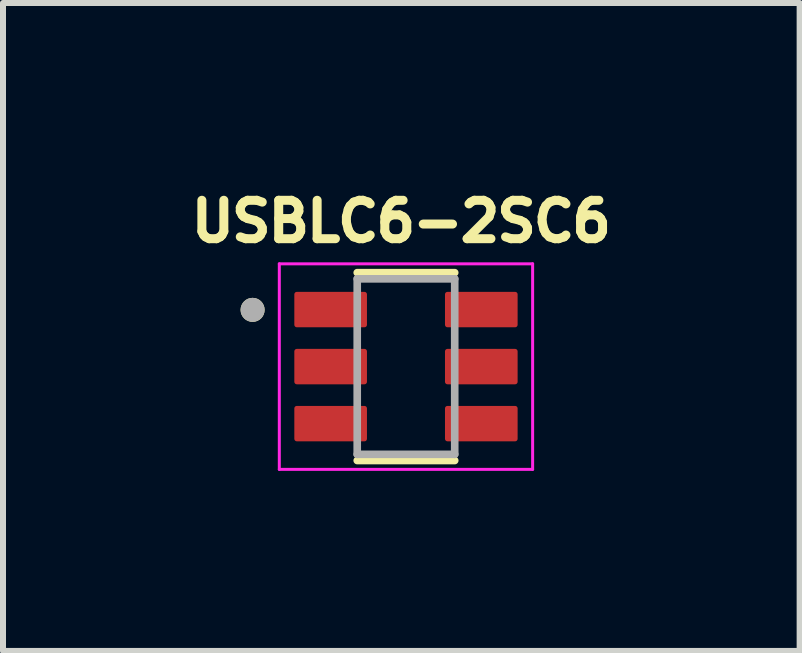
<source format=kicad_pcb>
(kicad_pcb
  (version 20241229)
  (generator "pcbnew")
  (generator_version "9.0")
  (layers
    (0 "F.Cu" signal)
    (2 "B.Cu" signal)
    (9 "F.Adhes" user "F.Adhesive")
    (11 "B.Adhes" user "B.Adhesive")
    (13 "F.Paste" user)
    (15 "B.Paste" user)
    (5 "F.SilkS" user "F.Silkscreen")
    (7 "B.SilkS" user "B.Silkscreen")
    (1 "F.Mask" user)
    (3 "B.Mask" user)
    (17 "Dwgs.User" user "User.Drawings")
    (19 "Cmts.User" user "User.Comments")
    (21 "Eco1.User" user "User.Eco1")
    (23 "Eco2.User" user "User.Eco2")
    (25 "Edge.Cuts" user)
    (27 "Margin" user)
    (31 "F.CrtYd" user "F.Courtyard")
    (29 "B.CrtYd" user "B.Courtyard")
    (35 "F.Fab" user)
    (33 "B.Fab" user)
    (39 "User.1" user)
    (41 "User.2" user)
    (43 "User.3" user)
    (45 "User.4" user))
  (footprint "USBLC6-2SC6"
    (layer "F.Cu")
    (at 3.713 3.057)
    (property "Reference" "USBLC6-2SC6" (at -0.078 -2.419 0) (layer "F.SilkS") (effects (font (size 0.64 0.64) (thickness 0.15))))
    (attr smd)
    (fp_line (start 0.812 -1.565) (end -0.812 -1.565) (stroke (width 0.127) (type solid)) (layer "F.SilkS"))
    (fp_line (start 0.812 1.565) (end -0.812 1.565) (stroke (width 0.127) (type solid)) (layer "F.SilkS"))
    (fp_circle (center -2.555 -0.945) (end -2.455 -0.945) (stroke (width 0.2) (type solid)) (fill no) (layer "F.SilkS"))
    (fp_line (start -2.11 -1.712) (end -2.11 1.712) (stroke (width 0.05) (type solid)) (layer "F.CrtYd"))
    (fp_line (start -2.11 1.712) (end 2.11 1.712) (stroke (width 0.05) (type solid)) (layer "F.CrtYd"))
    (fp_line (start 2.11 -1.712) (end -2.11 -1.712) (stroke (width 0.05) (type solid)) (layer "F.CrtYd"))
    (fp_line (start 2.11 1.712) (end 2.11 -1.712) (stroke (width 0.05) (type solid)) (layer "F.CrtYd"))
    (fp_line (start -0.812 -1.462) (end 0.812 -1.462) (stroke (width 0.127) (type solid)) (layer "F.Fab"))
    (fp_line (start -0.812 1.462) (end -0.812 -1.462) (stroke (width 0.127) (type solid)) (layer "F.Fab"))
    (fp_line (start 0.812 -1.462) (end 0.812 1.462) (stroke (width 0.127) (type solid)) (layer "F.Fab"))
    (fp_line (start 0.812 1.462) (end -0.812 1.462) (stroke (width 0.127) (type solid)) (layer "F.Fab"))
    (fp_circle (center -2.555 -0.945) (end -2.455 -0.945) (stroke (width 0.2) (type solid)) (fill no) (layer "F.Fab"))
    (pad "1" smd roundrect (at -1.255 -0.95) (size 1.21 0.59) (layers "F.Cu" "F.Mask" "F.Paste") (roundrect_rratio 0.07))
    (pad "2" smd roundrect (at -1.255 0) (size 1.21 0.59) (layers "F.Cu" "F.Mask" "F.Paste") (roundrect_rratio 0.07))
    (pad "3" smd roundrect (at -1.255 0.95) (size 1.21 0.59) (layers "F.Cu" "F.Mask" "F.Paste") (roundrect_rratio 0.07))
    (pad "4" smd roundrect (at 1.255 0.95) (size 1.21 0.59) (layers "F.Cu" "F.Mask" "F.Paste") (roundrect_rratio 0.07))
    (pad "5" smd roundrect (at 1.255 0) (size 1.21 0.59) (layers "F.Cu" "F.Mask" "F.Paste") (roundrect_rratio 0.07))
    (pad "6" smd roundrect (at 1.255 -0.95) (size 1.21 0.59) (layers "F.Cu" "F.Mask" "F.Paste") (roundrect_rratio 0.07)))
  (gr_rect
    (start -3 -3)
    (end 10.271 7.794)
    (stroke (width 0.1) (type default))
    (fill no)
    (layer "Edge.Cuts")))
</source>
